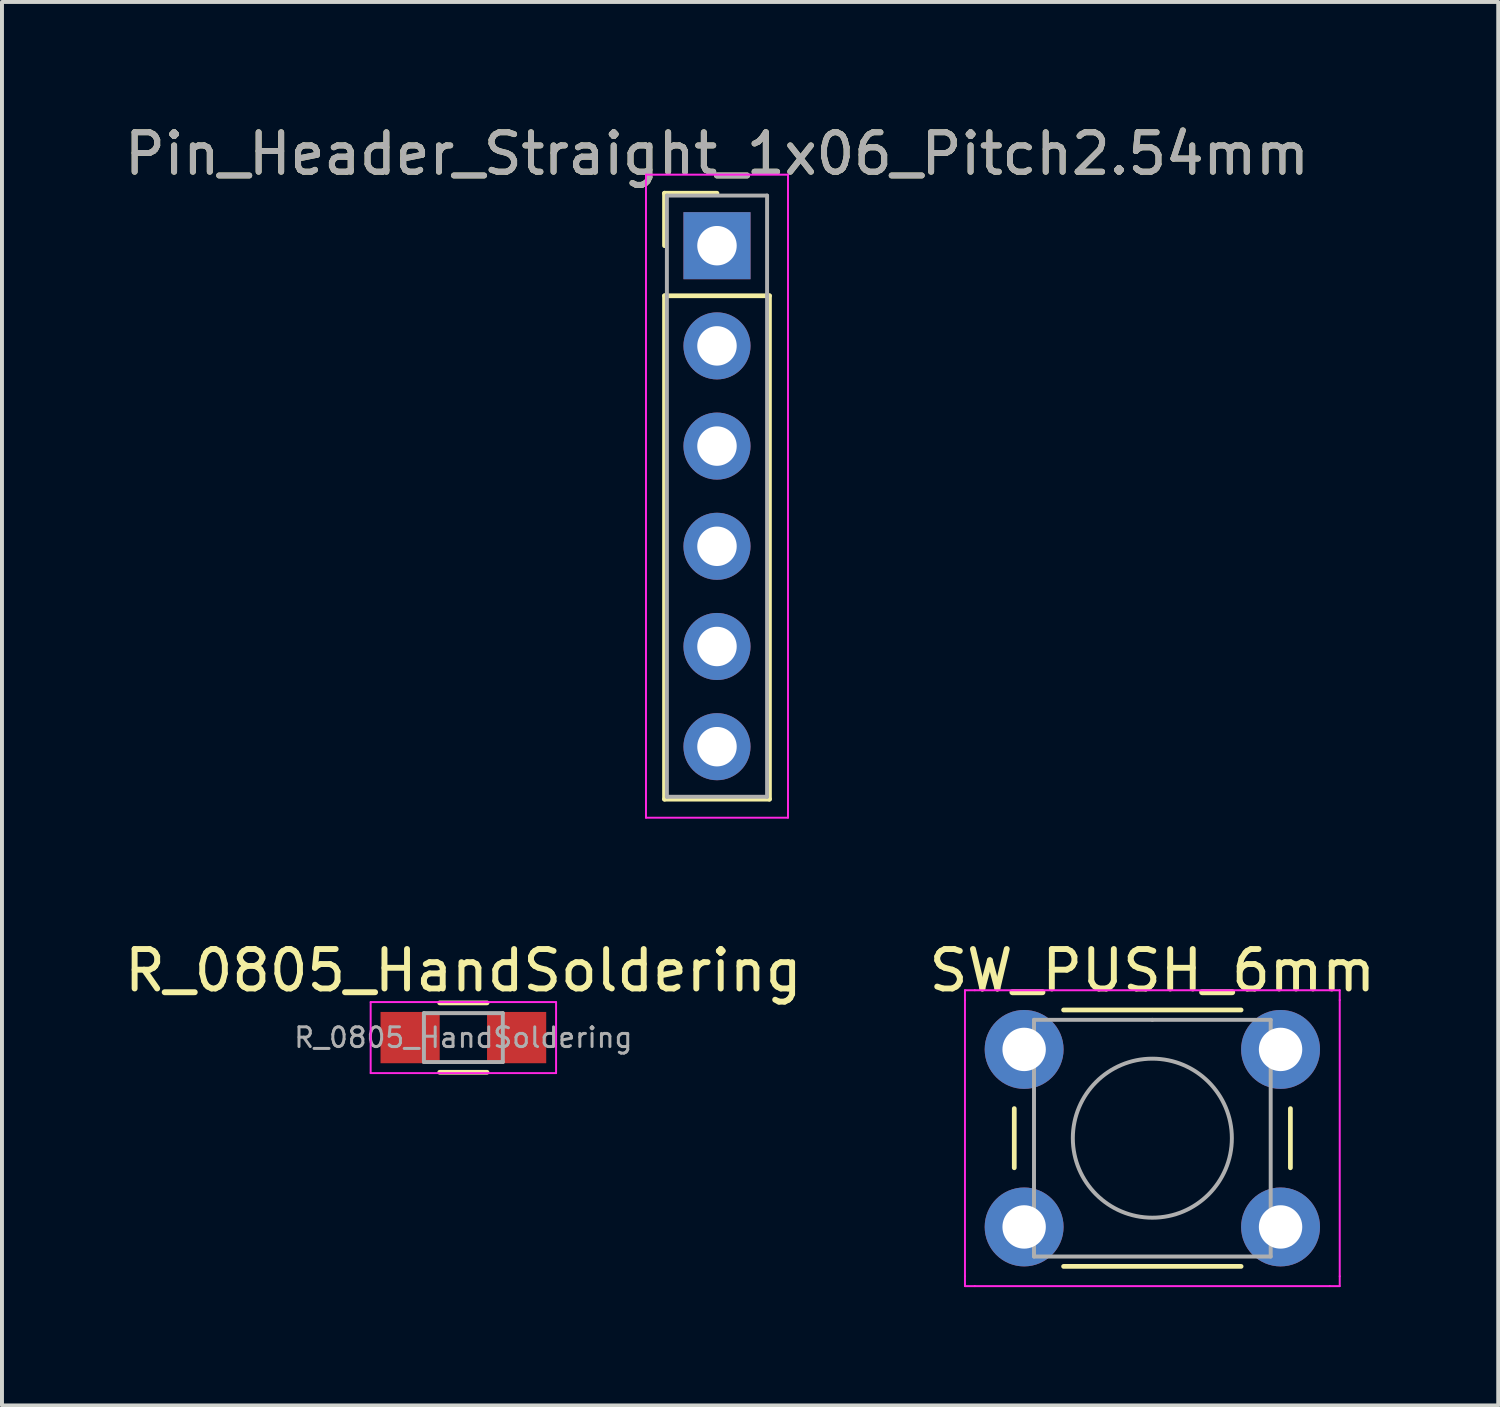
<source format=kicad_pcb>
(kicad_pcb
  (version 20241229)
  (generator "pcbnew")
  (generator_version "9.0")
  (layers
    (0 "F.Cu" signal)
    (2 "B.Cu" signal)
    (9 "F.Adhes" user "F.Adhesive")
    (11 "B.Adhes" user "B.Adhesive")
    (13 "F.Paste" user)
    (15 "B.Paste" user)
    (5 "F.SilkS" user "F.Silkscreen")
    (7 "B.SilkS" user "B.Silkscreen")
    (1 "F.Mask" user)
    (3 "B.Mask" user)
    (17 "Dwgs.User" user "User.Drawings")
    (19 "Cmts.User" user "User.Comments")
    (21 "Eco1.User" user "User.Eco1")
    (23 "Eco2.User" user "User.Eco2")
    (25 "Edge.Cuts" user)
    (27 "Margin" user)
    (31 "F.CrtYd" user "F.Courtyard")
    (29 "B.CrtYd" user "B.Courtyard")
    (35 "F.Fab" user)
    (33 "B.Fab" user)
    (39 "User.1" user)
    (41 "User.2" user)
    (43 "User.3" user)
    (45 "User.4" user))
  (footprint "Pin_Header_Straight_1x06_Pitch2.54mm"
    (layer "F.Cu")
    (at 15.125 3.178)
    (property "Reference" "Pin_Header_Straight_1x06_Pitch2.54mm" (at 0 -2.33 0) (layer "F.SilkS") (effects (font (size 1 1) (thickness 0.15))))
    (attr through_hole)
    (fp_line (start -1.33 -1.33) (end 0 -1.33) (stroke (width 0.12) (type solid)) (layer "F.SilkS"))
    (fp_line (start -1.33 0) (end -1.33 -1.33) (stroke (width 0.12) (type solid)) (layer "F.SilkS"))
    (fp_line (start -1.33 1.27) (end -1.33 14.03) (stroke (width 0.12) (type solid)) (layer "F.SilkS"))
    (fp_line (start -1.33 14.03) (end 1.33 14.03) (stroke (width 0.12) (type solid)) (layer "F.SilkS"))
    (fp_line (start 1.33 1.27) (end -1.33 1.27) (stroke (width 0.12) (type solid)) (layer "F.SilkS"))
    (fp_line (start 1.33 14.03) (end 1.33 1.27) (stroke (width 0.12) (type solid)) (layer "F.SilkS"))
    (fp_line (start -1.8 -1.8) (end -1.8 14.5) (stroke (width 0.05) (type solid)) (layer "F.CrtYd"))
    (fp_line (start -1.8 14.5) (end 1.8 14.5) (stroke (width 0.05) (type solid)) (layer "F.CrtYd"))
    (fp_line (start 1.8 -1.8) (end -1.8 -1.8) (stroke (width 0.05) (type solid)) (layer "F.CrtYd"))
    (fp_line (start 1.8 14.5) (end 1.8 -1.8) (stroke (width 0.05) (type solid)) (layer "F.CrtYd"))
    (fp_line (start -1.27 -1.27) (end -1.27 13.97) (stroke (width 0.1) (type solid)) (layer "F.Fab"))
    (fp_line (start -1.27 13.97) (end 1.27 13.97) (stroke (width 0.1) (type solid)) (layer "F.Fab"))
    (fp_line (start 1.27 -1.27) (end -1.27 -1.27) (stroke (width 0.1) (type solid)) (layer "F.Fab"))
    (fp_line (start 1.27 13.97) (end 1.27 -1.27) (stroke (width 0.1) (type solid)) (layer "F.Fab"))
    (fp_text user "${REFERENCE}" (at 0 -2.33 0) (layer "F.Fab") (effects (font (size 1 1) (thickness 0.15))))
    (pad "1" thru_hole rect (at 0 0) (size 1.7 1.7) (drill 1) (layers "*.Cu" "*.Mask"))
    (pad "2" thru_hole oval (at 0 2.54) (size 1.7 1.7) (drill 1) (layers "*.Cu" "*.Mask"))
    (pad "3" thru_hole oval (at 0 5.08) (size 1.7 1.7) (drill 1) (layers "*.Cu" "*.Mask"))
    (pad "4" thru_hole oval (at 0 7.62) (size 1.7 1.7) (drill 1) (layers "*.Cu" "*.Mask"))
    (pad "5" thru_hole oval (at 0 10.16) (size 1.7 1.7) (drill 1) (layers "*.Cu" "*.Mask"))
    (pad "6" thru_hole oval (at 0 12.7) (size 1.7 1.7) (drill 1) (layers "*.Cu" "*.Mask")))
  (footprint "SW_PUSH_6mm"
    (layer "F.Cu")
    (at 22.911 23.552)
    (property "Reference" "SW_PUSH_6mm" (at 3.25 -2 0) (layer "F.SilkS") (effects (font (size 1 1) (thickness 0.15))))
    (attr through_hole)
    (fp_line (start -0.25 1.5) (end -0.25 3) (stroke (width 0.12) (type solid)) (layer "F.SilkS"))
    (fp_line (start 1 5.5) (end 5.5 5.5) (stroke (width 0.12) (type solid)) (layer "F.SilkS"))
    (fp_line (start 5.5 -1) (end 1 -1) (stroke (width 0.12) (type solid)) (layer "F.SilkS"))
    (fp_line (start 6.75 3) (end 6.75 1.5) (stroke (width 0.12) (type solid)) (layer "F.SilkS"))
    (fp_line (start -1.5 -1.5) (end -1.25 -1.5) (stroke (width 0.05) (type solid)) (layer "F.CrtYd"))
    (fp_line (start -1.5 -1.25) (end -1.5 -1.5) (stroke (width 0.05) (type solid)) (layer "F.CrtYd"))
    (fp_line (start -1.5 5.75) (end -1.5 -1.25) (stroke (width 0.05) (type solid)) (layer "F.CrtYd"))
    (fp_line (start -1.5 5.75) (end -1.5 6) (stroke (width 0.05) (type solid)) (layer "F.CrtYd"))
    (fp_line (start -1.5 6) (end -1.25 6) (stroke (width 0.05) (type solid)) (layer "F.CrtYd"))
    (fp_line (start -1.25 -1.5) (end 7.75 -1.5) (stroke (width 0.05) (type solid)) (layer "F.CrtYd"))
    (fp_line (start 7.75 -1.5) (end 8 -1.5) (stroke (width 0.05) (type solid)) (layer "F.CrtYd"))
    (fp_line (start 7.75 6) (end -1.25 6) (stroke (width 0.05) (type solid)) (layer "F.CrtYd"))
    (fp_line (start 7.75 6) (end 8 6) (stroke (width 0.05) (type solid)) (layer "F.CrtYd"))
    (fp_line (start 8 -1.5) (end 8 -1.25) (stroke (width 0.05) (type solid)) (layer "F.CrtYd"))
    (fp_line (start 8 -1.25) (end 8 5.75) (stroke (width 0.05) (type solid)) (layer "F.CrtYd"))
    (fp_line (start 8 6) (end 8 5.75) (stroke (width 0.05) (type solid)) (layer "F.CrtYd"))
    (fp_line (start 0.25 -0.75) (end 3.25 -0.75) (stroke (width 0.1) (type solid)) (layer "F.Fab"))
    (fp_line (start 0.25 5.25) (end 0.25 -0.75) (stroke (width 0.1) (type solid)) (layer "F.Fab"))
    (fp_line (start 3.25 -0.75) (end 6.25 -0.75) (stroke (width 0.1) (type solid)) (layer "F.Fab"))
    (fp_line (start 6.25 -0.75) (end 6.25 5.25) (stroke (width 0.1) (type solid)) (layer "F.Fab"))
    (fp_line (start 6.25 5.25) (end 0.25 5.25) (stroke (width 0.1) (type solid)) (layer "F.Fab"))
    (fp_circle (center 3.25 2.25) (end 1.25 2.5) (stroke (width 0.1) (type solid)) (fill no) (layer "F.Fab"))
    (pad "1" thru_hole circle (at 0 0 90) (size 2 2) (drill 1.1) (layers "*.Cu" "*.Mask"))
    (pad "2" thru_hole circle (at 6.5 0 90) (size 2 2) (drill 1.1) (layers "*.Cu" "*.Mask"))
    (pad "3" thru_hole circle (at 0 4.5 90) (size 2 2) (drill 1.1) (layers "*.Cu" "*.Mask"))
    (pad "4" thru_hole circle (at 6.5 4.5 90) (size 2 2) (drill 1.1) (layers "*.Cu" "*.Mask")))
  (footprint "R_0805_HandSoldering"
    (layer "F.Cu")
    (at 8.696 23.252)
    (property "Reference" "R_0805_HandSoldering" (at 0 -1.7 0) (layer "F.SilkS") (effects (font (size 1 1) (thickness 0.15))))
    (attr smd)
    (fp_line (start -0.6 -0.88) (end 0.6 -0.88) (stroke (width 0.12) (type solid)) (layer "F.SilkS"))
    (fp_line (start 0.6 0.88) (end -0.6 0.88) (stroke (width 0.12) (type solid)) (layer "F.SilkS"))
    (fp_line (start -2.35 -0.9) (end -2.35 0.9) (stroke (width 0.05) (type solid)) (layer "F.CrtYd"))
    (fp_line (start -2.35 -0.9) (end 2.35 -0.9) (stroke (width 0.05) (type solid)) (layer "F.CrtYd"))
    (fp_line (start 2.35 0.9) (end -2.35 0.9) (stroke (width 0.05) (type solid)) (layer "F.CrtYd"))
    (fp_line (start 2.35 0.9) (end 2.35 -0.9) (stroke (width 0.05) (type solid)) (layer "F.CrtYd"))
    (fp_line (start -1 -0.62) (end 1 -0.62) (stroke (width 0.1) (type solid)) (layer "F.Fab"))
    (fp_line (start -1 0.62) (end -1 -0.62) (stroke (width 0.1) (type solid)) (layer "F.Fab"))
    (fp_line (start 1 -0.62) (end 1 0.62) (stroke (width 0.1) (type solid)) (layer "F.Fab"))
    (fp_line (start 1 0.62) (end -1 0.62) (stroke (width 0.1) (type solid)) (layer "F.Fab"))
    (fp_text user "${REFERENCE}" (at 0 0 0) (layer "F.Fab") (effects (font (size 0.5 0.5) (thickness 0.075))))
    (pad "1" smd rect (at -1.35 0) (size 1.5 1.3) (layers "F.Cu" "F.Mask" "F.Paste"))
    (pad "2" smd rect (at 1.35 0) (size 1.5 1.3) (layers "F.Cu" "F.Mask" "F.Paste")))
  (gr_rect
    (start -3 -3)
    (end 34.929 32.577)
    (stroke (width 0.1) (type default))
    (fill no)
    (layer "Edge.Cuts")))
</source>
